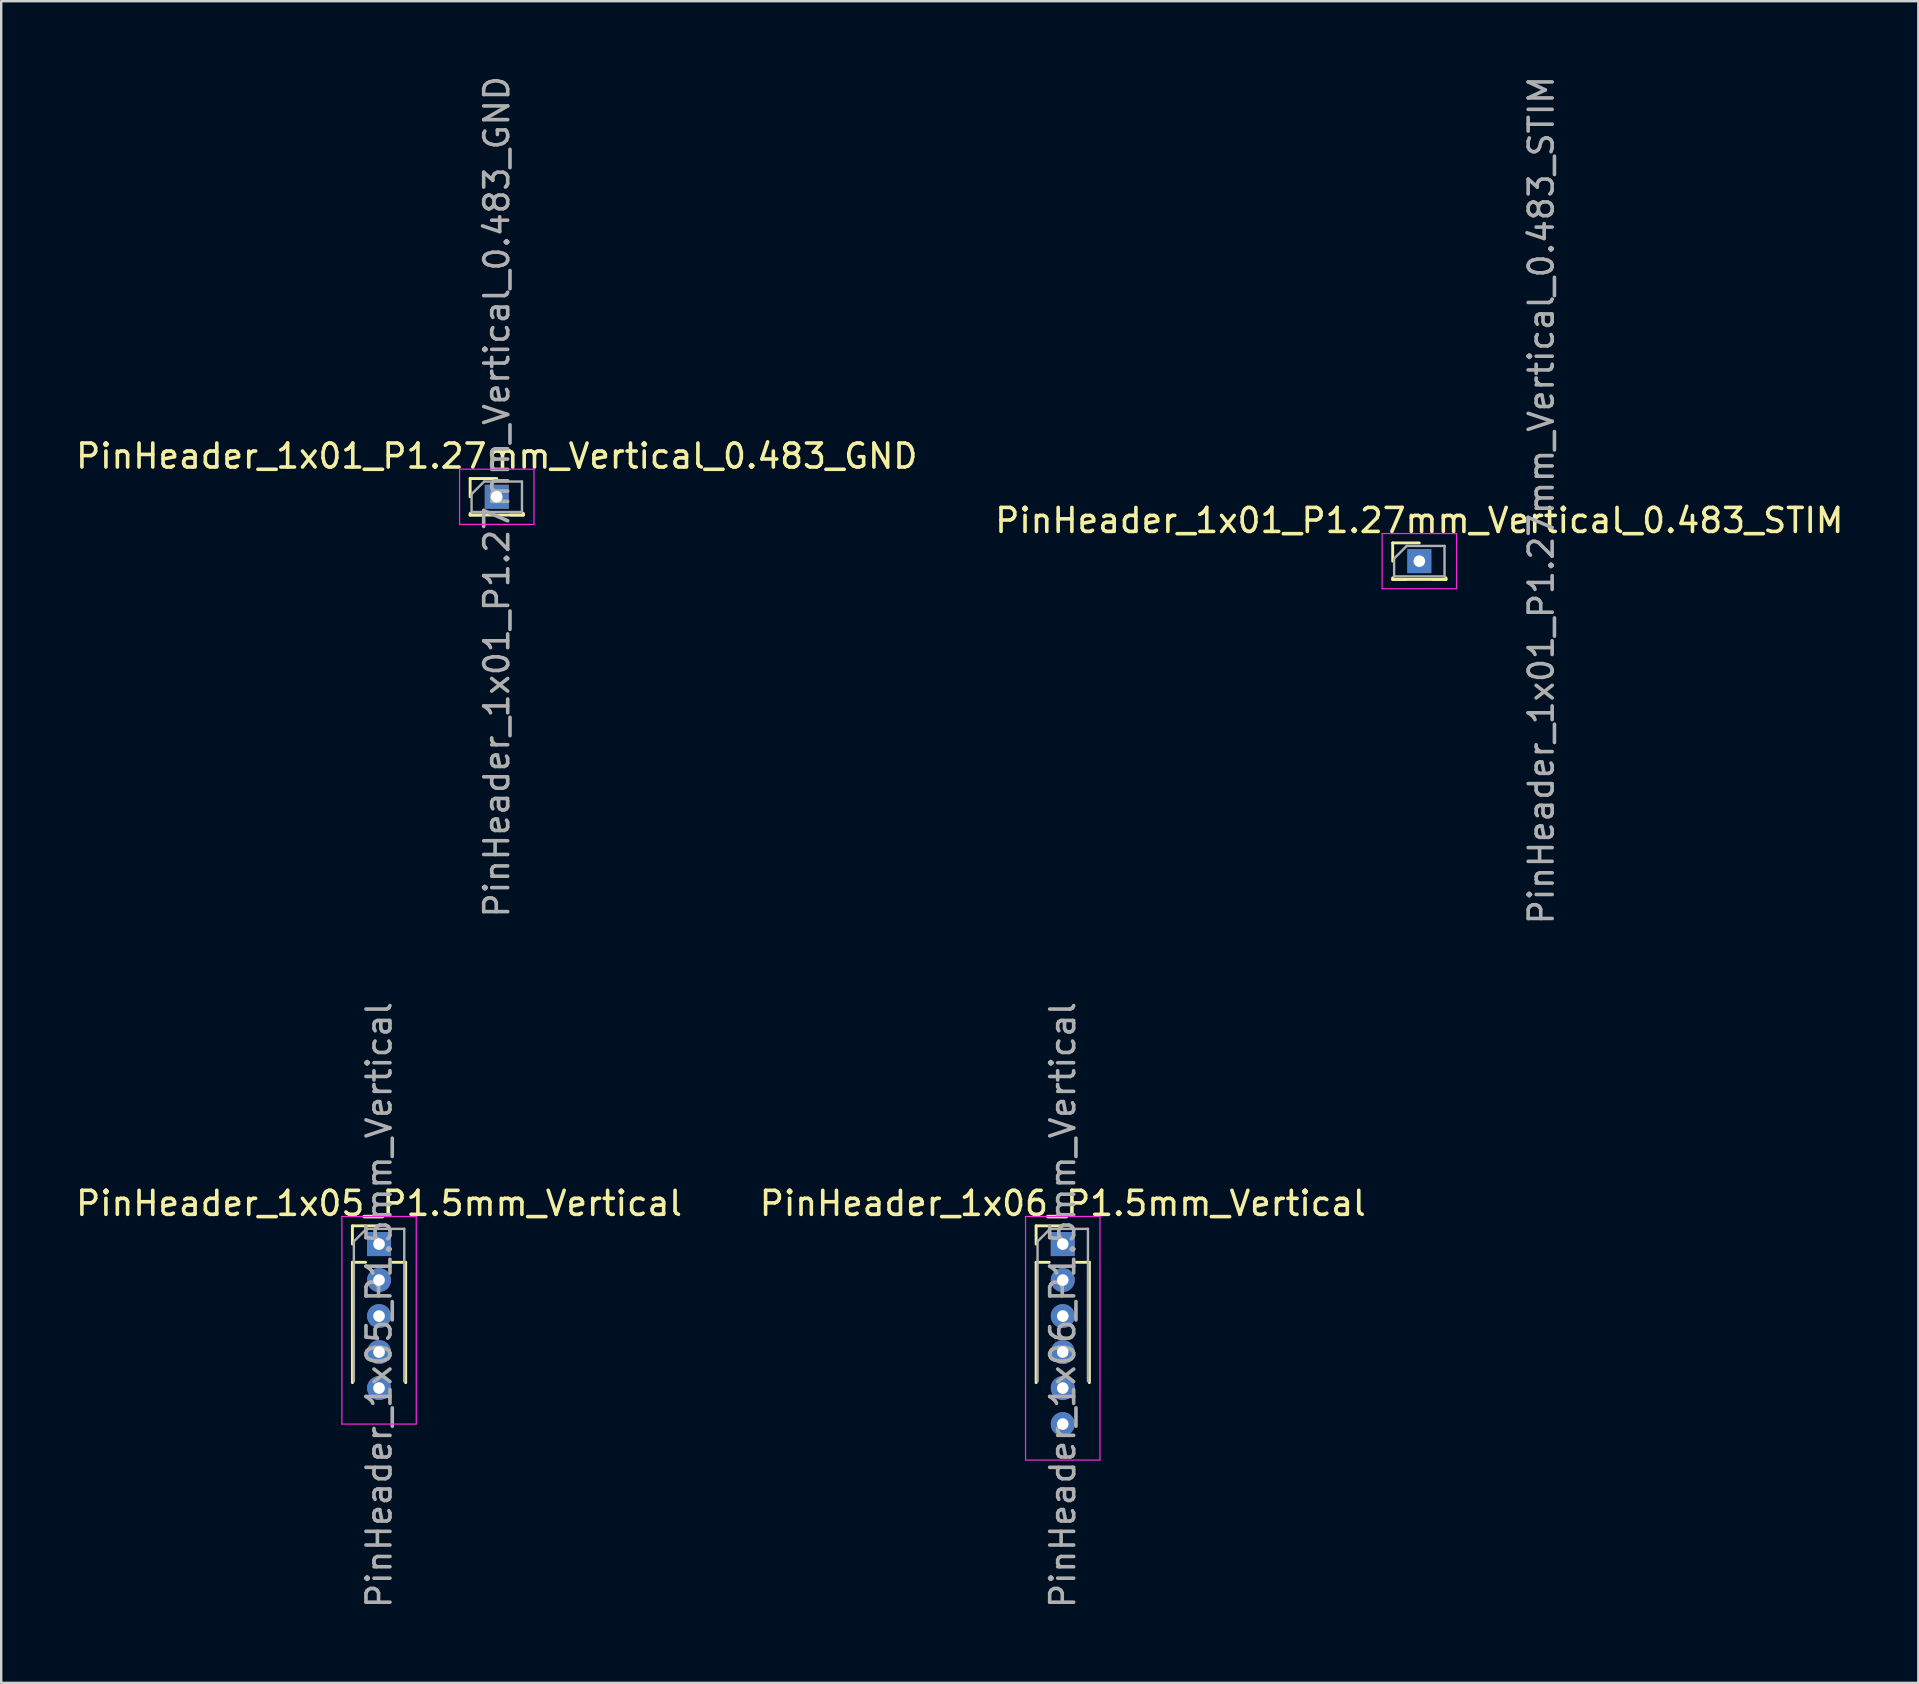
<source format=kicad_pcb>
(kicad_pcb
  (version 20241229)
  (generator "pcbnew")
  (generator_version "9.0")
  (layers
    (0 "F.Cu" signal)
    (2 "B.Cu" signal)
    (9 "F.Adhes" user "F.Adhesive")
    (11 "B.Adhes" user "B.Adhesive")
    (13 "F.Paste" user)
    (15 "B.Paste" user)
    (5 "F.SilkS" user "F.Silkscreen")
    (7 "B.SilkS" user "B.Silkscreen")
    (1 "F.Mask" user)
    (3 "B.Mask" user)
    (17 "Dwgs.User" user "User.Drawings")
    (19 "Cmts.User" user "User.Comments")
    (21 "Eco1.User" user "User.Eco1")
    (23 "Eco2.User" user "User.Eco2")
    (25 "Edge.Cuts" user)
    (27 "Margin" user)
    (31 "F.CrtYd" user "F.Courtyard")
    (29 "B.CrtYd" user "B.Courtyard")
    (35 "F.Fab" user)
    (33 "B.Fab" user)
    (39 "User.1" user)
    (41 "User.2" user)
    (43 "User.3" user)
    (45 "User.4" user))
  (footprint "PinHeader_1x01_P1.27mm_Vertical_0.483_STIM"
    (layer "F.Cu")
    (at 56.089 20.332)
    (property "Reference" "PinHeader_1x01_P1.27mm_Vertical_0.483_STIM" (at 0 -1.695 0) (layer "F.SilkS") (effects (font (size 1 1) (thickness 0.15))))
    (attr through_hole)
    (fp_line (start -1.11 -0.76) (end 0 -0.76) (stroke (width 0.12) (type solid)) (layer "F.SilkS"))
    (fp_line (start -1.11 0) (end -1.11 -0.76) (stroke (width 0.12) (type solid)) (layer "F.SilkS"))
    (fp_line (start -1.11 0.76) (end -1.11 0.695) (stroke (width 0.12) (type solid)) (layer "F.SilkS"))
    (fp_line (start -1.11 0.76) (end -0.563 0.76) (stroke (width 0.12) (type solid)) (layer "F.SilkS"))
    (fp_line (start -1.11 0.76) (end 1.11 0.76) (stroke (width 0.12) (type solid)) (layer "F.SilkS"))
    (fp_line (start 0.563 0.76) (end 1.11 0.76) (stroke (width 0.12) (type solid)) (layer "F.SilkS"))
    (fp_line (start 1.11 0.76) (end 1.11 0.695) (stroke (width 0.12) (type solid)) (layer "F.SilkS"))
    (fp_line (start -1.55 -1.15) (end -1.55 1.15) (stroke (width 0.05) (type solid)) (layer "F.CrtYd"))
    (fp_line (start -1.55 1.15) (end 1.55 1.15) (stroke (width 0.05) (type solid)) (layer "F.CrtYd"))
    (fp_line (start 1.55 -1.15) (end -1.55 -1.15) (stroke (width 0.05) (type solid)) (layer "F.CrtYd"))
    (fp_line (start 1.55 1.15) (end 1.55 -1.15) (stroke (width 0.05) (type solid)) (layer "F.CrtYd"))
    (fp_line (start -1.05 -0.11) (end -0.525 -0.635) (stroke (width 0.1) (type solid)) (layer "F.Fab"))
    (fp_line (start -1.05 0.635) (end -1.05 -0.11) (stroke (width 0.1) (type solid)) (layer "F.Fab"))
    (fp_line (start -0.525 -0.635) (end 1.05 -0.635) (stroke (width 0.1) (type solid)) (layer "F.Fab"))
    (fp_line (start 1.05 -0.635) (end 1.05 0.635) (stroke (width 0.1) (type solid)) (layer "F.Fab"))
    (fp_line (start 1.05 0.635) (end -1.05 0.635) (stroke (width 0.1) (type solid)) (layer "F.Fab"))
    (fp_text user "${REFERENCE}" (at 5.08 -2.54 90) (layer "F.Fab") (effects (font (size 1 1) (thickness 0.15))))
    (pad "1" thru_hole rect (at 0 0) (size 1 1) (drill 0.483) (layers "*.Cu" "*.Mask")))
  (footprint "PinHeader_1x01_P1.27mm_Vertical_0.483_GND"
    (layer "F.Cu")
    (at 17.649 17.649)
    (property "Reference" "PinHeader_1x01_P1.27mm_Vertical_0.483_GND" (at 0 -1.695 0) (layer "F.SilkS") (effects (font (size 1 1) (thickness 0.15))))
    (attr through_hole)
    (fp_line (start -1.11 -0.76) (end 0 -0.76) (stroke (width 0.12) (type solid)) (layer "F.SilkS"))
    (fp_line (start -1.11 0) (end -1.11 -0.76) (stroke (width 0.12) (type solid)) (layer "F.SilkS"))
    (fp_line (start -1.11 0.76) (end -1.11 0.695) (stroke (width 0.12) (type solid)) (layer "F.SilkS"))
    (fp_line (start -1.11 0.76) (end -0.563 0.76) (stroke (width 0.12) (type solid)) (layer "F.SilkS"))
    (fp_line (start -1.11 0.76) (end 1.11 0.76) (stroke (width 0.12) (type solid)) (layer "F.SilkS"))
    (fp_line (start 0.563 0.76) (end 1.11 0.76) (stroke (width 0.12) (type solid)) (layer "F.SilkS"))
    (fp_line (start 1.11 0.76) (end 1.11 0.695) (stroke (width 0.12) (type solid)) (layer "F.SilkS"))
    (fp_line (start -1.55 -1.15) (end -1.55 1.15) (stroke (width 0.05) (type solid)) (layer "F.CrtYd"))
    (fp_line (start -1.55 1.15) (end 1.55 1.15) (stroke (width 0.05) (type solid)) (layer "F.CrtYd"))
    (fp_line (start 1.55 -1.15) (end -1.55 -1.15) (stroke (width 0.05) (type solid)) (layer "F.CrtYd"))
    (fp_line (start 1.55 1.15) (end 1.55 -1.15) (stroke (width 0.05) (type solid)) (layer "F.CrtYd"))
    (fp_line (start -1.05 -0.11) (end -0.525 -0.635) (stroke (width 0.1) (type solid)) (layer "F.Fab"))
    (fp_line (start -1.05 0.635) (end -1.05 -0.11) (stroke (width 0.1) (type solid)) (layer "F.Fab"))
    (fp_line (start -0.525 -0.635) (end 1.05 -0.635) (stroke (width 0.1) (type solid)) (layer "F.Fab"))
    (fp_line (start 1.05 -0.635) (end 1.05 0.635) (stroke (width 0.1) (type solid)) (layer "F.Fab"))
    (fp_line (start 1.05 0.635) (end -1.05 0.635) (stroke (width 0.1) (type solid)) (layer "F.Fab"))
    (fp_text user "${REFERENCE}" (at 0 0 90) (layer "F.Fab") (effects (font (size 1 1) (thickness 0.15))))
    (pad "1" thru_hole rect (at 0 0) (size 1 1) (drill 0.483) (layers "*.Cu" "*.Mask")))
  (footprint "PinHeader_1x05_P1.5mm_Vertical"
    (layer "F.Cu")
    (at 12.744 48.787)
    (property "Reference" "PinHeader_1x05_P1.5mm_Vertical" (at 0 -1.695 0) (layer "F.SilkS") (effects (font (size 1 1) (thickness 0.15))))
    (attr through_hole)
    (fp_line (start -1.11 -0.76) (end 0 -0.76) (stroke (width 0.12) (type solid)) (layer "F.SilkS"))
    (fp_line (start -1.11 0) (end -1.11 -0.76) (stroke (width 0.12) (type solid)) (layer "F.SilkS"))
    (fp_line (start -1.11 0.76) (end -1.11 5.775) (stroke (width 0.12) (type solid)) (layer "F.SilkS"))
    (fp_line (start -1.11 0.76) (end -0.563 0.76) (stroke (width 0.12) (type solid)) (layer "F.SilkS"))
    (fp_line (start 0.563 0.76) (end 1.11 0.76) (stroke (width 0.12) (type solid)) (layer "F.SilkS"))
    (fp_line (start 1.11 0.76) (end 1.11 5.775) (stroke (width 0.12) (type solid)) (layer "F.SilkS"))
    (fp_line (start -1.55 -1.15) (end -1.55 7.5) (stroke (width 0.05) (type solid)) (layer "F.CrtYd"))
    (fp_line (start -1.55 7.5) (end 1.55 7.5) (stroke (width 0.05) (type solid)) (layer "F.CrtYd"))
    (fp_line (start 1.55 -1.15) (end -1.55 -1.15) (stroke (width 0.05) (type solid)) (layer "F.CrtYd"))
    (fp_line (start 1.55 7.5) (end 1.55 -1.15) (stroke (width 0.05) (type solid)) (layer "F.CrtYd"))
    (fp_line (start -1.05 -0.11) (end -0.525 -0.635) (stroke (width 0.1) (type solid)) (layer "F.Fab"))
    (fp_line (start -1.05 5.715) (end -1.05 -0.11) (stroke (width 0.1) (type solid)) (layer "F.Fab"))
    (fp_line (start -0.525 -0.635) (end 1.05 -0.635) (stroke (width 0.1) (type solid)) (layer "F.Fab"))
    (fp_line (start 1.05 -0.635) (end 1.05 5.715) (stroke (width 0.1) (type solid)) (layer "F.Fab"))
    (fp_text user "${REFERENCE}" (at 0 2.54 90) (layer "F.Fab") (effects (font (size 1 1) (thickness 0.15))))
    (pad "1" thru_hole rect (at 0 0) (size 1 1) (drill 0.483) (layers "*.Cu" "*.Mask"))
    (pad "2" thru_hole oval (at 0 1.5) (size 1 1) (drill 0.483) (layers "*.Cu" "*.Mask"))
    (pad "3" thru_hole oval (at 0 3) (size 1 1) (drill 0.483) (layers "*.Cu" "*.Mask"))
    (pad "4" thru_hole oval (at 0 4.5) (size 1 1) (drill 0.483) (layers "*.Cu" "*.Mask"))
    (pad "5" thru_hole oval (at 0 6) (size 1 1) (drill 0.483) (layers "*.Cu" "*.Mask")))
  (footprint "PinHeader_1x06_P1.5mm_Vertical"
    (layer "F.Cu")
    (at 41.232 48.787)
    (property "Reference" "PinHeader_1x06_P1.5mm_Vertical" (at 0 -1.695 0) (layer "F.SilkS") (effects (font (size 1 1) (thickness 0.15))))
    (attr through_hole)
    (fp_line (start -1.11 -0.76) (end 0 -0.76) (stroke (width 0.12) (type solid)) (layer "F.SilkS"))
    (fp_line (start -1.11 0) (end -1.11 -0.76) (stroke (width 0.12) (type solid)) (layer "F.SilkS"))
    (fp_line (start -1.11 0.76) (end -1.11 5.775) (stroke (width 0.12) (type solid)) (layer "F.SilkS"))
    (fp_line (start -1.11 0.76) (end -0.563 0.76) (stroke (width 0.12) (type solid)) (layer "F.SilkS"))
    (fp_line (start 0.563 0.76) (end 1.11 0.76) (stroke (width 0.12) (type solid)) (layer "F.SilkS"))
    (fp_line (start 1.11 0.76) (end 1.11 5.775) (stroke (width 0.12) (type solid)) (layer "F.SilkS"))
    (fp_line (start -1.55 -1.15) (end -1.55 9) (stroke (width 0.05) (type solid)) (layer "F.CrtYd"))
    (fp_line (start -1.55 9) (end 1.55 9) (stroke (width 0.05) (type solid)) (layer "F.CrtYd"))
    (fp_line (start 1.55 -1.15) (end -1.55 -1.15) (stroke (width 0.05) (type solid)) (layer "F.CrtYd"))
    (fp_line (start 1.55 9) (end 1.55 -1.15) (stroke (width 0.05) (type solid)) (layer "F.CrtYd"))
    (fp_line (start -1.05 -0.11) (end -0.525 -0.635) (stroke (width 0.1) (type solid)) (layer "F.Fab"))
    (fp_line (start -1.05 5.715) (end -1.05 -0.11) (stroke (width 0.1) (type solid)) (layer "F.Fab"))
    (fp_line (start -0.525 -0.635) (end 1.05 -0.635) (stroke (width 0.1) (type solid)) (layer "F.Fab"))
    (fp_line (start 1.05 -0.635) (end 1.05 5.715) (stroke (width 0.1) (type solid)) (layer "F.Fab"))
    (fp_text user "${REFERENCE}" (at 0 2.54 90) (layer "F.Fab") (effects (font (size 1 1) (thickness 0.15))))
    (pad "1" thru_hole rect (at 0 0) (size 1 1) (drill 0.483) (layers "*.Cu" "*.Mask"))
    (pad "2" thru_hole oval (at 0 1.5) (size 1 1) (drill 0.483) (layers "*.Cu" "*.Mask"))
    (pad "3" thru_hole oval (at 0 3) (size 1 1) (drill 0.483) (layers "*.Cu" "*.Mask"))
    (pad "4" thru_hole oval (at 0 4.5) (size 1 1) (drill 0.483) (layers "*.Cu" "*.Mask"))
    (pad "5" thru_hole oval (at 0 6) (size 1 1) (drill 0.483) (layers "*.Cu" "*.Mask"))
    (pad "6" thru_hole oval (at 0 7.5) (size 1 1) (drill 0.483) (layers "*.Cu" "*.Mask")))
  (gr_rect
    (start -3 -3)
    (end 76.881 67.071)
    (stroke (width 0.1) (type default))
    (fill no)
    (layer "Edge.Cuts")))
</source>
